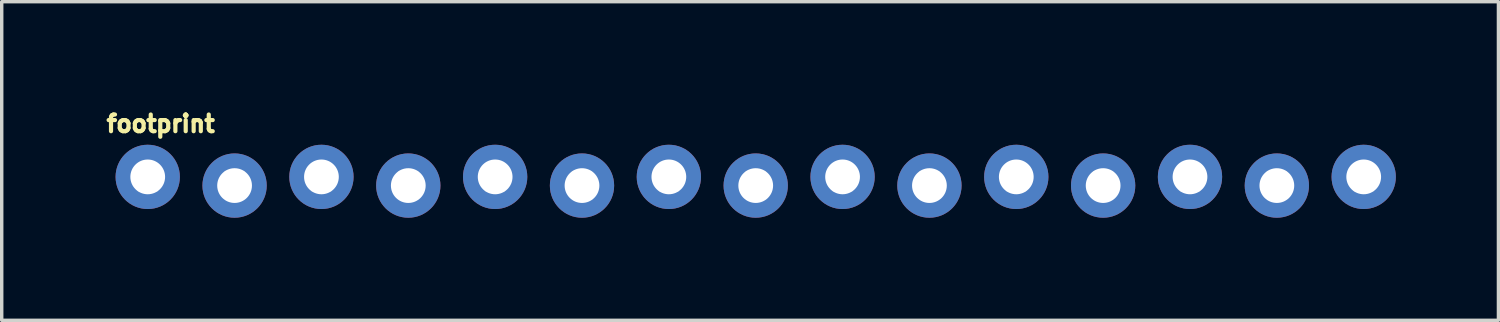
<source format=kicad_pcb>
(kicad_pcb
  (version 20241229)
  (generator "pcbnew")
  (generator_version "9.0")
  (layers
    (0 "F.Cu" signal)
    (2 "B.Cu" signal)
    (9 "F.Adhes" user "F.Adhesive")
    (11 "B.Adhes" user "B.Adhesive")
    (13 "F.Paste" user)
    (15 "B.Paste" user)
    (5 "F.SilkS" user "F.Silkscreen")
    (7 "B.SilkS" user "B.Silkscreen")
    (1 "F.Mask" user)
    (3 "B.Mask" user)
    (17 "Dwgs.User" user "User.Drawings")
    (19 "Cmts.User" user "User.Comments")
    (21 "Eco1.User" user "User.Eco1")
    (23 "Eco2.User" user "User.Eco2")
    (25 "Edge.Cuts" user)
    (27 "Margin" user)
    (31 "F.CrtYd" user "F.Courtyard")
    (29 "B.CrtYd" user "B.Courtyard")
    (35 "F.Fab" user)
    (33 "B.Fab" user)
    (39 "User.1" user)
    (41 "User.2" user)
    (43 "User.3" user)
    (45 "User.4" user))
  (footprint "footprint"
    (layer "F.Cu")
    (at 1.27 2.25)
    (property "Reference" "footprint" (at -1.27 -1.397 0) (layer "F.SilkS") (effects (font (size 0.488 0.488) (thickness 0.122)) (justify left bottom)))
    (fp_poly (pts (xy -0.254 0.254) (xy 0.254 0.254) (xy 0.254 -0.254) (xy -0.254 -0.254)) (stroke (width 0.1) (type solid)) (fill no) (layer "F.Fab"))
    (fp_poly (pts (xy 2.286 0.254) (xy 2.794 0.254) (xy 2.794 -0.254) (xy 2.286 -0.254)) (stroke (width 0.1) (type solid)) (fill no) (layer "F.Fab"))
    (fp_poly (pts (xy 4.826 0.254) (xy 5.334 0.254) (xy 5.334 -0.254) (xy 4.826 -0.254)) (stroke (width 0.1) (type solid)) (fill no) (layer "F.Fab"))
    (fp_poly (pts (xy 7.366 0.254) (xy 7.874 0.254) (xy 7.874 -0.254) (xy 7.366 -0.254)) (stroke (width 0.1) (type solid)) (fill no) (layer "F.Fab"))
    (fp_poly (pts (xy 9.906 0.254) (xy 10.414 0.254) (xy 10.414 -0.254) (xy 9.906 -0.254)) (stroke (width 0.1) (type solid)) (fill no) (layer "F.Fab"))
    (fp_poly (pts (xy 12.446 0.254) (xy 12.954 0.254) (xy 12.954 -0.254) (xy 12.446 -0.254)) (stroke (width 0.1) (type solid)) (fill no) (layer "F.Fab"))
    (fp_poly (pts (xy 14.986 0.254) (xy 15.494 0.254) (xy 15.494 -0.254) (xy 14.986 -0.254)) (stroke (width 0.1) (type solid)) (fill no) (layer "F.Fab"))
    (fp_poly (pts (xy 17.526 0.254) (xy 18.034 0.254) (xy 18.034 -0.254) (xy 17.526 -0.254)) (stroke (width 0.1) (type solid)) (fill no) (layer "F.Fab"))
    (fp_poly (pts (xy 20.066 0.254) (xy 20.574 0.254) (xy 20.574 -0.254) (xy 20.066 -0.254)) (stroke (width 0.1) (type solid)) (fill no) (layer "F.Fab"))
    (fp_poly (pts (xy 22.606 0.254) (xy 23.114 0.254) (xy 23.114 -0.254) (xy 22.606 -0.254)) (stroke (width 0.1) (type solid)) (fill no) (layer "F.Fab"))
    (fp_poly (pts (xy 25.146 0.254) (xy 25.654 0.254) (xy 25.654 -0.254) (xy 25.146 -0.254)) (stroke (width 0.1) (type solid)) (fill no) (layer "F.Fab"))
    (fp_poly (pts (xy 27.686 0.254) (xy 28.194 0.254) (xy 28.194 -0.254) (xy 27.686 -0.254)) (stroke (width 0.1) (type solid)) (fill no) (layer "F.Fab"))
    (fp_poly (pts (xy 30.226 0.254) (xy 30.734 0.254) (xy 30.734 -0.254) (xy 30.226 -0.254)) (stroke (width 0.1) (type solid)) (fill no) (layer "F.Fab"))
    (fp_poly (pts (xy 32.766 0.254) (xy 33.274 0.254) (xy 33.274 -0.254) (xy 32.766 -0.254)) (stroke (width 0.1) (type solid)) (fill no) (layer "F.Fab"))
    (fp_poly (pts (xy 35.306 0.254) (xy 35.814 0.254) (xy 35.814 -0.254) (xy 35.306 -0.254)) (stroke (width 0.1) (type solid)) (fill no) (layer "F.Fab"))
    (pad "1" thru_hole circle (at 0 -0.127 90) (size 1.88 1.88) (drill 1.016) (layers "*.Cu" "*.Mask"))
    (pad "2" thru_hole circle (at 2.54 0.127 90) (size 1.88 1.88) (drill 1.016) (layers "*.Cu" "*.Mask"))
    (pad "3" thru_hole circle (at 5.08 -0.127 90) (size 1.88 1.88) (drill 1.016) (layers "*.Cu" "*.Mask"))
    (pad "4" thru_hole circle (at 7.62 0.127 90) (size 1.88 1.88) (drill 1.016) (layers "*.Cu" "*.Mask"))
    (pad "5" thru_hole circle (at 10.16 -0.127 90) (size 1.88 1.88) (drill 1.016) (layers "*.Cu" "*.Mask"))
    (pad "6" thru_hole circle (at 12.7 0.127 90) (size 1.88 1.88) (drill 1.016) (layers "*.Cu" "*.Mask"))
    (pad "7" thru_hole circle (at 15.24 -0.127 90) (size 1.88 1.88) (drill 1.016) (layers "*.Cu" "*.Mask"))
    (pad "8" thru_hole circle (at 17.78 0.127 90) (size 1.88 1.88) (drill 1.016) (layers "*.Cu" "*.Mask"))
    (pad "9" thru_hole circle (at 20.32 -0.127 90) (size 1.88 1.88) (drill 1.016) (layers "*.Cu" "*.Mask"))
    (pad "10" thru_hole circle (at 22.86 0.127 90) (size 1.88 1.88) (drill 1.016) (layers "*.Cu" "*.Mask"))
    (pad "11" thru_hole circle (at 25.4 -0.127 90) (size 1.88 1.88) (drill 1.016) (layers "*.Cu" "*.Mask"))
    (pad "12" thru_hole circle (at 27.94 0.127 90) (size 1.88 1.88) (drill 1.016) (layers "*.Cu" "*.Mask"))
    (pad "13" thru_hole circle (at 30.48 -0.127 90) (size 1.88 1.88) (drill 1.016) (layers "*.Cu" "*.Mask"))
    (pad "14" thru_hole circle (at 33.02 0.127 90) (size 1.88 1.88) (drill 1.016) (layers "*.Cu" "*.Mask"))
    (pad "15" thru_hole circle (at 35.56 -0.127 90) (size 1.88 1.88) (drill 1.016) (layers "*.Cu" "*.Mask")))
  (gr_rect
    (start -3 -3)
    (end 40.77 6.317)
    (stroke (width 0.1) (type default))
    (fill no)
    (layer "Edge.Cuts")))
</source>
